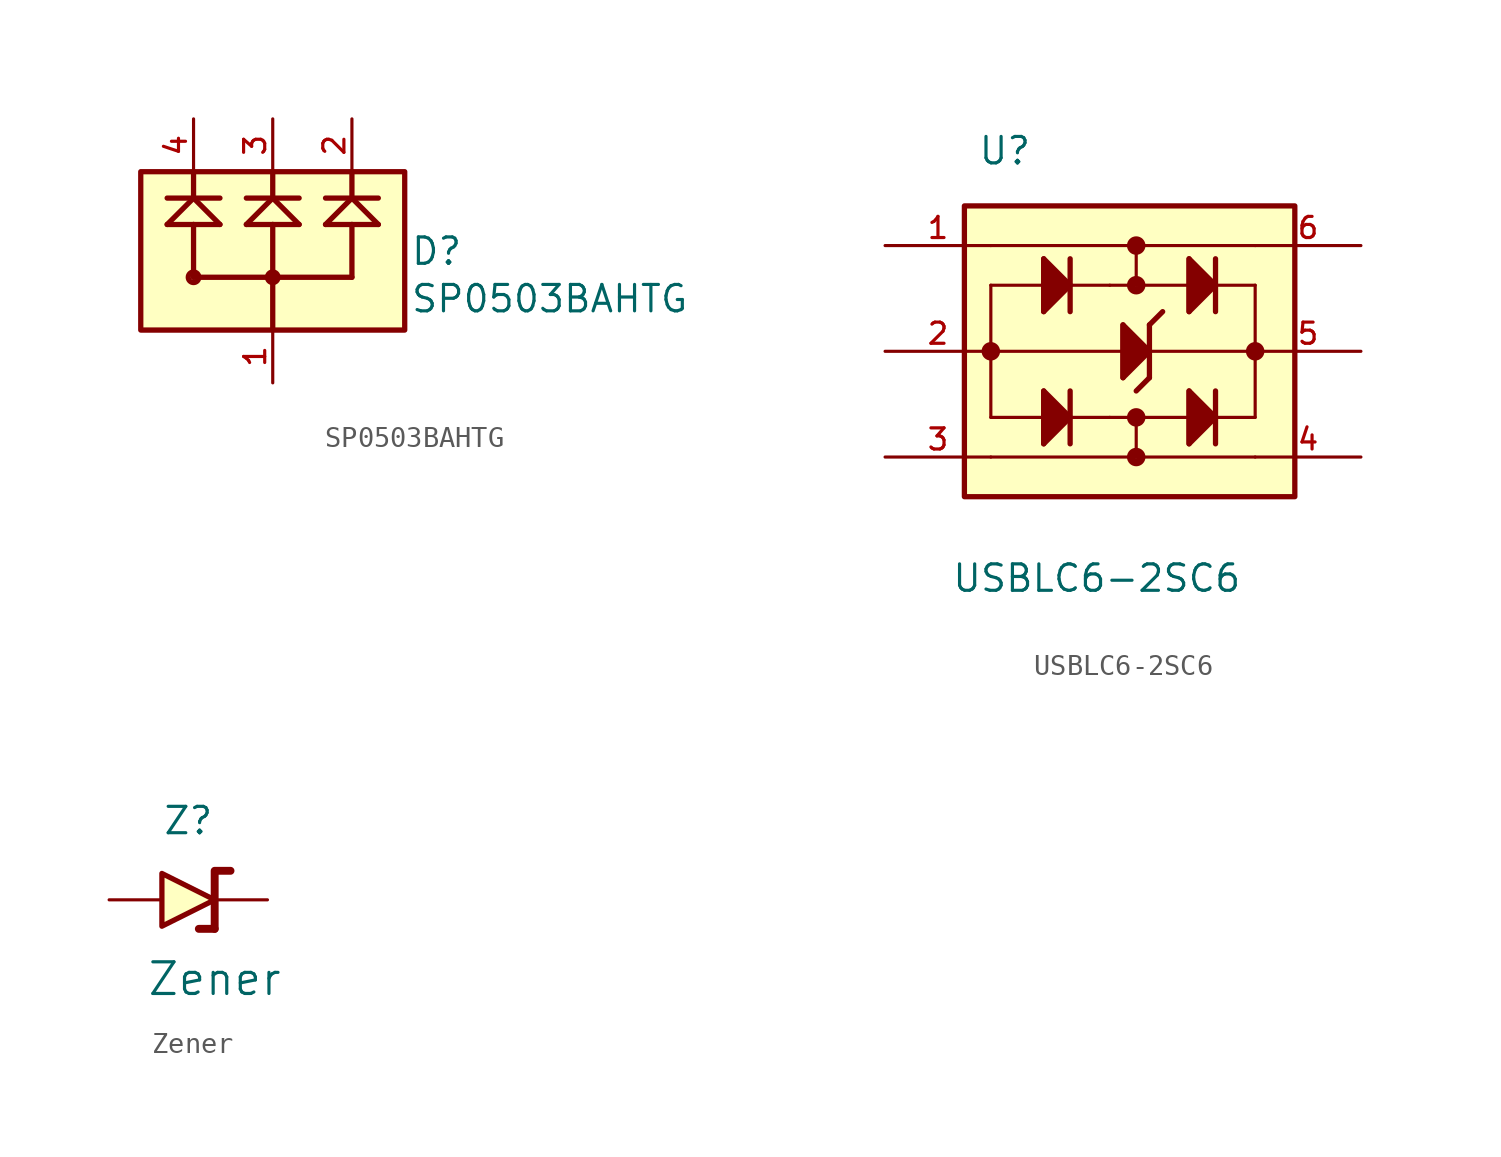
<source format=kicad_sym>
(kicad_symbol_lib
  (version 20241209)
  (generator "kicad_symbol_editor")
  (generator_version "9.0")
  (symbol "SP0503BAHTG"
    (pin_names
      (offset 1.016))
    (property "Reference" "D"
      (at 6.604 0.508 0)
      (effects (font (size 1.27 1.27)) (justify left bottom)))
    (property "Value" "SP0503BAHTG"
      (at 6.604 -1.778 0)
      (effects (font (size 1.27 1.27)) (justify left bottom)))
    (symbol "SP0503BAHTG_0_0"
      (rectangle (start -6.35 5.08) (end 6.35 -2.54) (stroke (width 0.254) (type default)) (fill (type background)))
      (polyline (pts (xy -5.08 3.81) (xy -3.81 3.81)) (stroke (width 0.254) (type default)) (fill (type none)))
      (polyline (pts (xy -3.81 3.81) (xy -5.08 2.54)) (stroke (width 0.254) (type default)) (fill (type none)))
      (polyline (pts (xy -3.81 3.81) (xy -3.81 5.08)) (stroke (width 0.254) (type default)) (fill (type none)))
      (polyline (pts (xy -3.81 3.81) (xy -2.54 3.81)) (stroke (width 0.254) (type default)) (fill (type none)))
      (polyline (pts (xy -3.81 2.54) (xy -5.08 2.54)) (stroke (width 0.254) (type default)) (fill (type none)))
      (polyline (pts (xy -3.81 2.54) (xy -2.54 2.54)) (stroke (width 0.254) (type default)) (fill (type none)))
      (circle (center -3.81 0) (radius 0.254) (stroke (width 0.254) (type default)) (fill (type none)))
      (polyline (pts (xy -3.81 0) (xy -3.81 2.54)) (stroke (width 0.254) (type default)) (fill (type none)))
      (polyline (pts (xy -2.54 2.54) (xy -3.81 3.81)) (stroke (width 0.254) (type default)) (fill (type none)))
      (polyline (pts (xy -1.27 3.81) (xy 0 3.81)) (stroke (width 0.254) (type default)) (fill (type none)))
      (polyline (pts (xy 0 3.81) (xy -1.27 2.54)) (stroke (width 0.254) (type default)) (fill (type none)))
      (polyline (pts (xy 0 3.81) (xy 0 5.08)) (stroke (width 0.254) (type default)) (fill (type none)))
      (polyline (pts (xy 0 3.81) (xy 1.27 3.81)) (stroke (width 0.254) (type default)) (fill (type none)))
      (polyline (pts (xy 0 2.54) (xy -1.27 2.54)) (stroke (width 0.254) (type default)) (fill (type none)))
      (polyline (pts (xy 0 2.54) (xy 1.27 2.54)) (stroke (width 0.254) (type default)) (fill (type none)))
      (polyline (pts (xy 0 0) (xy -3.81 0)) (stroke (width 0.254) (type default)) (fill (type none)))
      (polyline (pts (xy 0 0) (xy 0 2.54)) (stroke (width 0.254) (type default)) (fill (type none)))
      (circle (center 0 0) (radius 0.254) (stroke (width 0.254) (type default)) (fill (type none)))
      (polyline (pts (xy 0 -2.54) (xy 0 0)) (stroke (width 0.254) (type default)) (fill (type none)))
      (polyline (pts (xy 1.27 2.54) (xy 0 3.81)) (stroke (width 0.254) (type default)) (fill (type none)))
      (polyline (pts (xy 2.54 2.54) (xy 3.81 3.81)) (stroke (width 0.254) (type default)) (fill (type none)))
      (polyline (pts (xy 3.81 5.08) (xy 3.81 3.81)) (stroke (width 0.254) (type default)) (fill (type none)))
      (polyline (pts (xy 3.81 3.81) (xy 2.54 3.81)) (stroke (width 0.254) (type default)) (fill (type none)))
      (polyline (pts (xy 3.81 3.81) (xy 5.08 3.81)) (stroke (width 0.254) (type default)) (fill (type none)))
      (polyline (pts (xy 3.81 3.81) (xy 5.08 2.54)) (stroke (width 0.254) (type default)) (fill (type none)))
      (polyline (pts (xy 3.81 2.54) (xy 2.54 2.54)) (stroke (width 0.254) (type default)) (fill (type none)))
      (polyline (pts (xy 3.81 0) (xy 0 0)) (stroke (width 0.254) (type default)) (fill (type none)))
      (polyline (pts (xy 3.81 0) (xy 3.81 2.54)) (stroke (width 0.254) (type default)) (fill (type none)))
      (polyline (pts (xy 5.08 2.54) (xy 3.81 2.54)) (stroke (width 0.254) (type default)) (fill (type none)))
      (pin passive line (at 0 7.62 270) (length 2.54) (name "~" (effects (font (size 1.016 1.016)))) (number "3" (effects (font (size 1.016 1.016)))))
      (pin passive line (at 0 -5.08 90) (length 2.54) (name "~" (effects (font (size 1.016 1.016)))) (number "1" (effects (font (size 1.016 1.016)))))
      (pin passive line (at 3.81 7.62 270) (length 2.54) (name "~" (effects (font (size 1.016 1.016)))) (number "2" (effects (font (size 1.016 1.016))))))
    (symbol "SP0503BAHTG_1_0"
      (pin passive line (at -3.81 7.62 270) (length 2.54) (name "~" (effects (font (size 1.016 1.016)))) (number "4" (effects (font (size 1.016 1.016)))))))
  (symbol "USBLC6-2SC6"
    (pin_names
      (offset 1.016))
    (property "Reference" "U"
      (at -5.715 8.89 0)
      (effects (font (size 1.27 1.27)) (justify left bottom)))
    (property "Value" "USBLC6-2SC6"
      (at -6.985 -10.16 0)
      (effects (font (size 1.27 1.27)) (justify left top)))
    (symbol "USBLC6-2SC6_0_0"
      (rectangle (start -6.35 6.985) (end 9.525 -6.985) (stroke (width 0.254) (type default)) (fill (type background)))
      (polyline (pts (xy -5.08 5.08) (xy 1.905 5.08)) (stroke (width 0.152) (type default)) (fill (type none)))
      (polyline (pts (xy -5.08 3.175) (xy -5.08 0)) (stroke (width 0.152) (type default)) (fill (type none)))
      (polyline (pts (xy -5.08 3.175) (xy -2.54 3.175)) (stroke (width 0.152) (type default)) (fill (type none)))
      (circle (center -5.08 0) (radius 0.254) (stroke (width 0.381) (type default)) (fill (type none)))
      (polyline (pts (xy -5.08 0) (xy -5.08 -3.175)) (stroke (width 0.152) (type default)) (fill (type none)))
      (polyline (pts (xy -5.08 0) (xy 1.27 0)) (stroke (width 0.152) (type default)) (fill (type none)))
      (polyline (pts (xy -5.08 -3.175) (xy -2.54 -3.175)) (stroke (width 0.152) (type default)) (fill (type none)))
      (polyline (pts (xy -2.54 4.445) (xy -2.54 1.905) (xy -1.27 3.175) (xy -2.54 4.445)) (stroke (width 0.254) (type default)) (fill (type outline)))
      (polyline (pts (xy -2.54 3.175) (xy -2.54 4.445)) (stroke (width 0.254) (type default)) (fill (type none)))
      (polyline (pts (xy -2.54 1.905) (xy -2.54 3.175)) (stroke (width 0.254) (type default)) (fill (type none)))
      (polyline (pts (xy -2.54 -1.905) (xy -2.54 -4.445) (xy -1.27 -3.175) (xy -2.54 -1.905)) (stroke (width 0.254) (type default)) (fill (type outline)))
      (polyline (pts (xy -2.54 -3.175) (xy -2.54 -1.905)) (stroke (width 0.254) (type default)) (fill (type none)))
      (polyline (pts (xy -2.54 -4.445) (xy -2.54 -3.175)) (stroke (width 0.254) (type default)) (fill (type none)))
      (polyline (pts (xy -1.27 4.445) (xy -1.27 3.175)) (stroke (width 0.254) (type default)) (fill (type none)))
      (polyline (pts (xy -1.27 3.175) (xy -1.27 1.905)) (stroke (width 0.254) (type default)) (fill (type none)))
      (polyline (pts (xy -1.27 3.175) (xy 0.635 3.175)) (stroke (width 0.152) (type default)) (fill (type none)))
      (polyline (pts (xy -1.27 -1.905) (xy -1.27 -3.175)) (stroke (width 0.254) (type default)) (fill (type none)))
      (polyline (pts (xy -1.27 -3.175) (xy -1.27 -4.445)) (stroke (width 0.254) (type default)) (fill (type none)))
      (polyline (pts (xy -1.27 -3.175) (xy 0.635 -3.175)) (stroke (width 0.152) (type default)) (fill (type none)))
      (polyline (pts (xy 0.635 3.175) (xy 1.905 3.175)) (stroke (width 0.152) (type default)) (fill (type none)))
      (polyline (pts (xy 0.635 -3.175) (xy 1.905 -3.175)) (stroke (width 0.152) (type default)) (fill (type none)))
      (polyline (pts (xy 1.27 1.27) (xy 1.27 -1.27) (xy 2.54 0) (xy 1.27 1.27)) (stroke (width 0.254) (type default)) (fill (type outline)))
      (polyline (pts (xy 1.27 0) (xy 1.27 1.27)) (stroke (width 0.254) (type default)) (fill (type none)))
      (polyline (pts (xy 1.27 -1.27) (xy 1.27 0)) (stroke (width 0.254) (type default)) (fill (type none)))
      (polyline (pts (xy 1.905 5.08) (xy 1.905 3.175)) (stroke (width 0.152) (type default)) (fill (type none)))
      (polyline (pts (xy 1.905 5.08) (xy 7.62 5.08)) (stroke (width 0.152) (type default)) (fill (type none)))
      (circle (center 1.905 5.08) (radius 0.254) (stroke (width 0.381) (type default)) (fill (type none)))
      (polyline (pts (xy 1.905 3.175) (xy 4.445 3.175)) (stroke (width 0.152) (type default)) (fill (type none)))
      (circle (center 1.905 3.175) (radius 0.254) (stroke (width 0.381) (type default)) (fill (type none)))
      (polyline (pts (xy 1.905 -1.905) (xy 2.54 -1.27)) (stroke (width 0.254) (type default)) (fill (type none)))
      (polyline (pts (xy 1.905 -3.175) (xy 1.905 -5.08)) (stroke (width 0.152) (type default)) (fill (type none)))
      (polyline (pts (xy 1.905 -3.175) (xy 4.445 -3.175)) (stroke (width 0.152) (type default)) (fill (type none)))
      (circle (center 1.905 -3.175) (radius 0.254) (stroke (width 0.381) (type default)) (fill (type none)))
      (polyline (pts (xy 1.905 -5.08) (xy -5.08 -5.08)) (stroke (width 0.152) (type default)) (fill (type none)))
      (circle (center 1.905 -5.08) (radius 0.254) (stroke (width 0.381) (type default)) (fill (type none)))
      (polyline (pts (xy 2.54 1.27) (xy 2.54 0)) (stroke (width 0.254) (type default)) (fill (type none)))
      (polyline (pts (xy 2.54 1.27) (xy 3.175 1.905)) (stroke (width 0.254) (type default)) (fill (type none)))
      (polyline (pts (xy 2.54 0) (xy 2.54 -1.27)) (stroke (width 0.254) (type default)) (fill (type none)))
      (polyline (pts (xy 2.54 0) (xy 7.62 0)) (stroke (width 0.152) (type default)) (fill (type none)))
      (polyline (pts (xy 4.445 4.445) (xy 4.445 1.905) (xy 5.715 3.175) (xy 4.445 4.445)) (stroke (width 0.254) (type default)) (fill (type outline)))
      (polyline (pts (xy 4.445 3.175) (xy 4.445 4.445)) (stroke (width 0.254) (type default)) (fill (type none)))
      (polyline (pts (xy 4.445 1.905) (xy 4.445 3.175)) (stroke (width 0.254) (type default)) (fill (type none)))
      (polyline (pts (xy 4.445 -1.905) (xy 4.445 -4.445) (xy 5.715 -3.175) (xy 4.445 -1.905)) (stroke (width 0.254) (type default)) (fill (type outline)))
      (polyline (pts (xy 4.445 -3.175) (xy 4.445 -1.905)) (stroke (width 0.254) (type default)) (fill (type none)))
      (polyline (pts (xy 4.445 -4.445) (xy 4.445 -3.175)) (stroke (width 0.254) (type default)) (fill (type none)))
      (polyline (pts (xy 5.715 4.445) (xy 5.715 3.175)) (stroke (width 0.254) (type default)) (fill (type none)))
      (polyline (pts (xy 5.715 3.175) (xy 5.715 1.905)) (stroke (width 0.254) (type default)) (fill (type none)))
      (polyline (pts (xy 5.715 3.175) (xy 7.62 3.175)) (stroke (width 0.152) (type default)) (fill (type none)))
      (polyline (pts (xy 5.715 -1.905) (xy 5.715 -3.175)) (stroke (width 0.254) (type default)) (fill (type none)))
      (polyline (pts (xy 5.715 -3.175) (xy 5.715 -4.445)) (stroke (width 0.254) (type default)) (fill (type none)))
      (polyline (pts (xy 5.715 -3.175) (xy 7.62 -3.175)) (stroke (width 0.152) (type default)) (fill (type none)))
      (polyline (pts (xy 7.62 3.175) (xy 7.62 0)) (stroke (width 0.152) (type default)) (fill (type none)))
      (polyline (pts (xy 7.62 0) (xy 7.62 -3.175)) (stroke (width 0.152) (type default)) (fill (type none)))
      (circle (center 7.62 0) (radius 0.254) (stroke (width 0.381) (type default)) (fill (type none)))
      (polyline (pts (xy 7.62 -5.08) (xy 1.905 -5.08)) (stroke (width 0.152) (type default)) (fill (type none)))
      (pin bidirectional line (at -10.16 5.08 0) (length 5.08) (name "~" (effects (font (size 1.016 1.016)))) (number "1" (effects (font (size 1.016 1.016)))))
      (pin power_in line (at -10.16 0 0) (length 5.08) (name "~" (effects (font (size 1.016 1.016)))) (number "2" (effects (font (size 1.016 1.016)))))
      (pin bidirectional line (at -10.16 -5.08 0) (length 5.08) (name "~" (effects (font (size 1.016 1.016)))) (number "3" (effects (font (size 1.016 1.016)))))
      (pin bidirectional line (at 12.7 5.08 180) (length 5.08) (name "~" (effects (font (size 1.016 1.016)))) (number "6" (effects (font (size 1.016 1.016)))))
      (pin power_in line (at 12.7 0 180) (length 5.08) (name "~" (effects (font (size 1.016 1.016)))) (number "5" (effects (font (size 1.016 1.016)))))
      (pin bidirectional line (at 12.7 -5.08 180) (length 5.08) (name "~" (effects (font (size 1.016 1.016)))) (number "4" (effects (font (size 1.016 1.016)))))))
  (symbol "Zener"
    (pin_numbers
      (hide yes))
    (pin_names
      (offset 0)
      (hide yes))
    (property "Reference" "Z"
      (at -1.27 3.81 0)
      (effects (font (size 1.27 1.27))))
    (property "Value" "Zener"
      (at 0 -3.81 0)
      (effects (font (size 1.524 1.524))))
    (symbol "Zener_0_1"
      (polyline (pts (xy -2.54 1.27) (xy -2.54 -1.27) (xy 0 0) (xy -2.54 1.27)) (stroke (width 0.254) (type default)) (fill (type background)))
      (polyline (pts (xy 0 -1.397) (xy -0.762 -1.397)) (stroke (width 0.381) (type default)) (fill (type none)))
      (polyline (pts (xy 0 -1.397) (xy 0 1.397) (xy 0.762 1.397)) (stroke (width 0.381) (type default)) (fill (type none))))
    (symbol "Zener_1_1"
      (pin input line (at -5.08 0 0) (length 2.54) (name "Anode" (effects (font (size 1.27 1.27)))) (number "2" (effects (font (size 1.27 1.27)))))
      (pin input line (at 2.54 0 180) (length 2.54) (name "Cathode" (effects (font (size 1.27 1.27)))) (number "1" (effects (font (size 1.27 1.27))))))))
</source>
